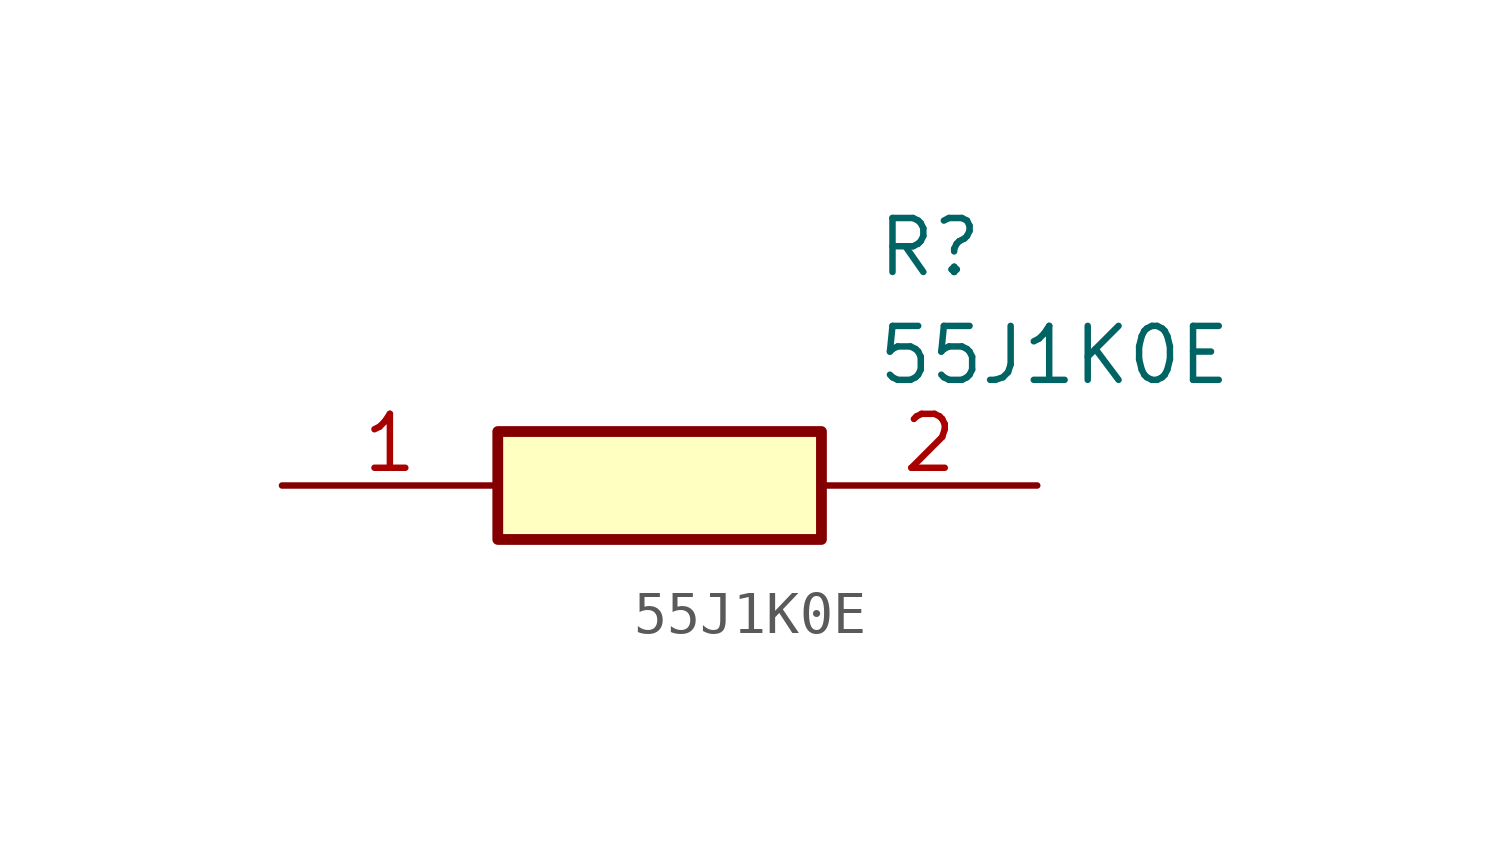
<source format=kicad_sym>
(kicad_symbol_lib
  (version 20211014)
  (generator SamacSys_ECAD_Model)
  (symbol "55J1K0E"
    (pin_names hide)
    (property "Reference" "R"
      (at 13.97 6.35 0)
      (effects (font (size 1.27 1.27)) (justify left top)))
    (property "Value" "55J1K0E"
      (at 13.97 3.81 0)
      (effects (font (size 1.27 1.27)) (justify left top)))
    (rectangle
      (start 5.08 1.27)
      (end 12.7 -1.27)
      (stroke (width 0.254) (type default))
      (fill (type background)))
    (pin passive line
      (at 0 0 0)
      (length 5.08)
      (name "1" (effects (font (size 1.27 1.27))))
      (number "1" (effects (font (size 1.27 1.27)))))
    (pin passive line
      (at 17.78 0 180)
      (length 5.08)
      (name "2" (effects (font (size 1.27 1.27))))
      (number "2" (effects (font (size 1.27 1.27)))))))
</source>
